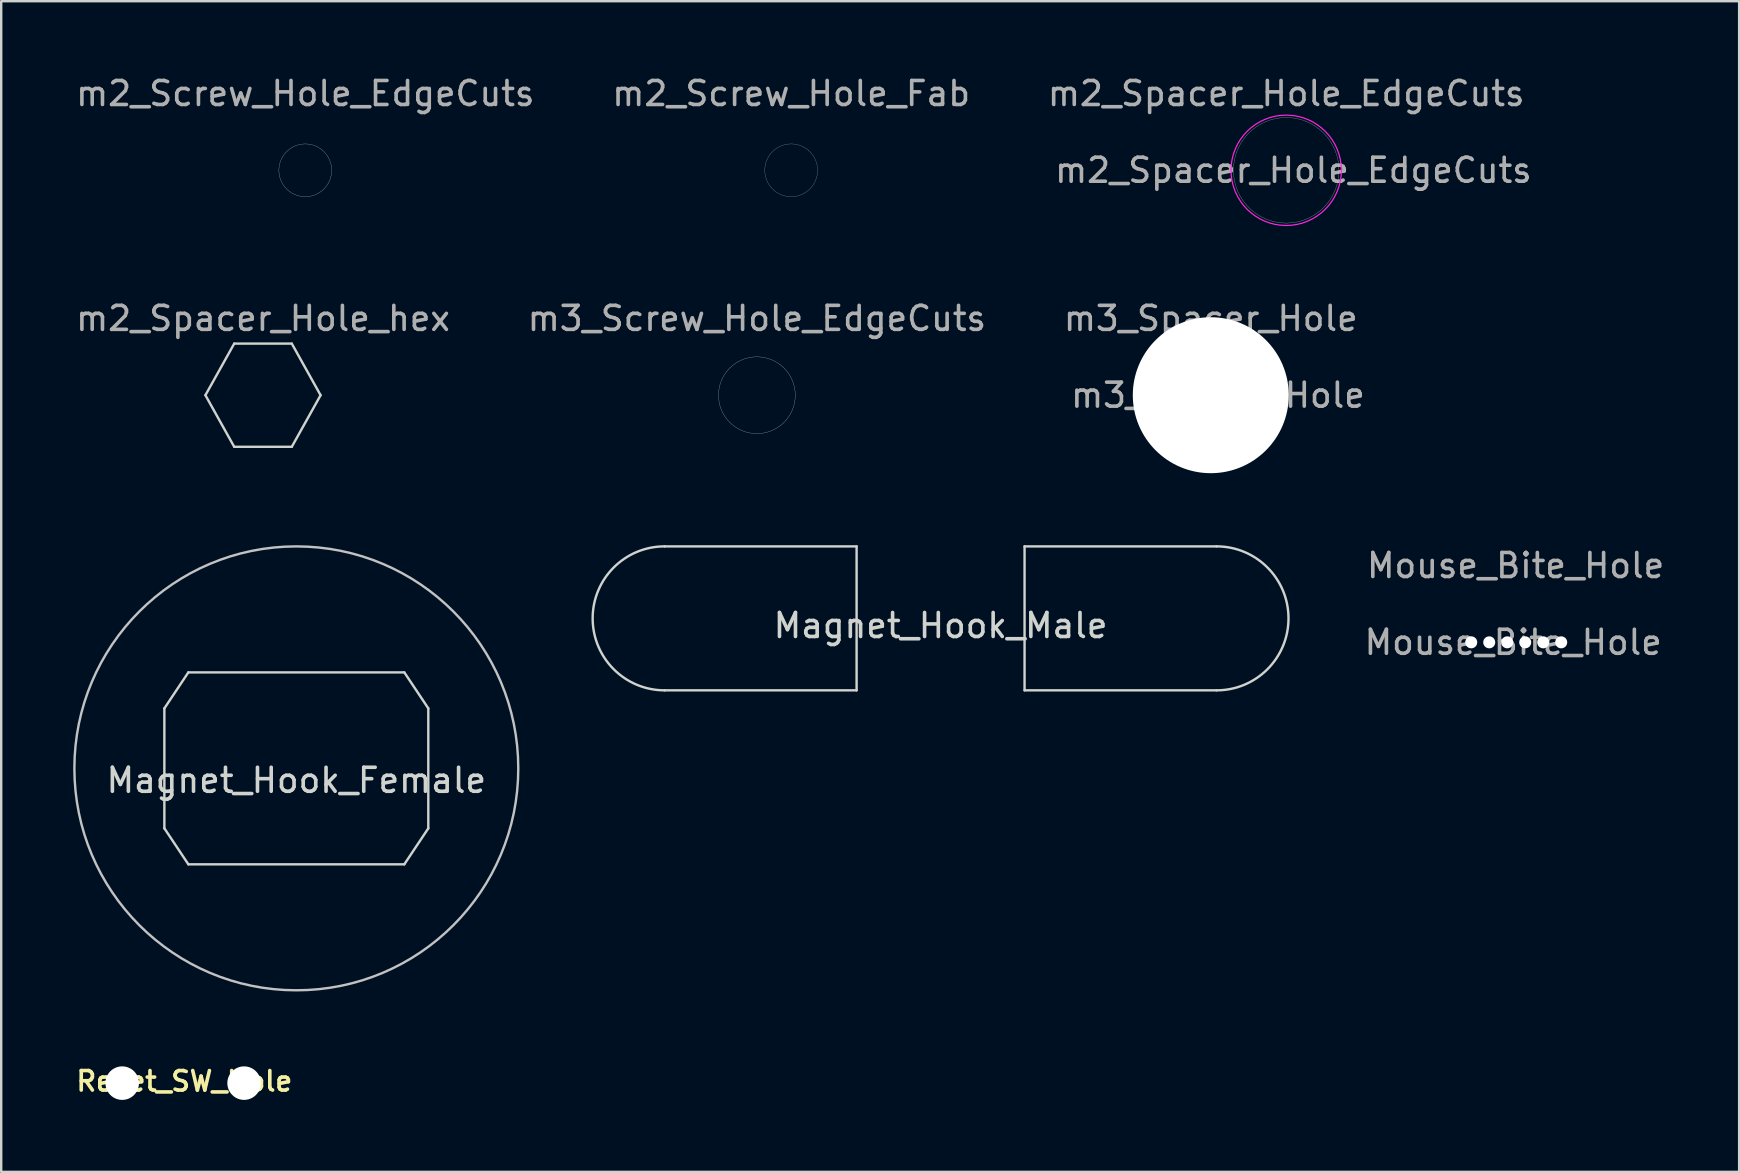
<source format=kicad_pcb>
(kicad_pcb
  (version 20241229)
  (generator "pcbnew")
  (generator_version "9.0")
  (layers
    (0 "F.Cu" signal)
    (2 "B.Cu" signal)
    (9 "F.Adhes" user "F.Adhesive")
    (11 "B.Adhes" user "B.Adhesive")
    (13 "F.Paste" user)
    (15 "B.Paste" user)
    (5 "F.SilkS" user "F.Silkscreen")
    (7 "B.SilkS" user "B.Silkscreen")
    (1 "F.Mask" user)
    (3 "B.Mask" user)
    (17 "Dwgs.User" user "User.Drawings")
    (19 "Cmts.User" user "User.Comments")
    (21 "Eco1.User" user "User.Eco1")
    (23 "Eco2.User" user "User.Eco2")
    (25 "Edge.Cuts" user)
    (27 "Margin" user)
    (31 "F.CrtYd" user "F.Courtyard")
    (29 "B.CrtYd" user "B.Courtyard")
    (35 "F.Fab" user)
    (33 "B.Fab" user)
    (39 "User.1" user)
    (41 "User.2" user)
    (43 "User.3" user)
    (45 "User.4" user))
  (footprint "m2_Screw_Hole_EdgeCuts"
    (layer "F.Cu")
    (at 9.673 4.048)
    (property "Reference" "m2_Screw_Hole_EdgeCuts" (at 0 -3.2 0) (layer "F.Fab") (effects (font (size 1 1) (thickness 0.15))))
    (attr exclude_from_pos_files exclude_from_bom)
    (fp_circle (center 0 0) (end 1.1 0) (stroke (width 0.01) (type solid)) (fill no) (layer "Edge.Cuts")))
  (footprint "Magnet_Hook_Male"
    (layer "F.Cu")
    (at 36.15 22.721)
    (property "Reference" "Magnet_Hook_Male" (at 0 0.3 0) (layer "Edge.Cuts") (effects (font (size 1 1) (thickness 0.15))))
    (attr through_hole)
    (fp_line (start -11.5 3) (end -3.5 3) (stroke (width 0.1) (type solid)) (layer "Edge.Cuts"))
    (fp_line (start -3.5 -3) (end -11.5 -3) (stroke (width 0.1) (type solid)) (layer "Edge.Cuts"))
    (fp_line (start -3.5 -3) (end -3.5 3) (stroke (width 0.1) (type solid)) (layer "Edge.Cuts"))
    (fp_line (start 3.5 3) (end 3.5 -3) (stroke (width 0.1) (type solid)) (layer "Edge.Cuts"))
    (fp_line (start 3.5 3) (end 11.5 3) (stroke (width 0.1) (type solid)) (layer "Edge.Cuts"))
    (fp_line (start 11.5 -3) (end 3.5 -3) (stroke (width 0.1) (type solid)) (layer "Edge.Cuts"))
    (fp_arc (start -11.5 3) (mid -14.5 0) (end -11.5 -3) (stroke (width 0.1) (type solid)) (layer "Edge.Cuts"))
    (fp_arc (start 11.5 -3) (mid 14.5 0) (end 11.5 3) (stroke (width 0.1) (type solid)) (layer "Edge.Cuts")))
  (footprint "m3_Screw_Hole_EdgeCuts"
    (layer "F.Cu")
    (at 28.494 13.421)
    (property "Reference" "m3_Screw_Hole_EdgeCuts" (at 0 -3.2 0) (layer "F.Fab") (effects (font (size 1 1) (thickness 0.15))))
    (attr exclude_from_pos_files exclude_from_bom)
    (fp_circle (center 0 0) (end 1.6 0) (stroke (width 0.01) (type solid)) (fill no) (layer "Edge.Cuts")))
  (footprint "Magnet_Hook_Female"
    (layer "F.Cu")
    (at 9.3 28.972)
    (property "Reference" "Magnet_Hook_Female" (at 0 0.5 0) (layer "Edge.Cuts") (effects (font (size 1 1) (thickness 0.15))))
    (attr through_hole)
    (fp_circle (center 0 0) (end 9.25 0) (stroke (width 0.1) (type solid)) (fill no) (layer "Dwgs.User"))
    (fp_line (start -5.5 -2.5) (end -4.5 -4) (stroke (width 0.1) (type solid)) (layer "Edge.Cuts"))
    (fp_line (start -5.5 2.5) (end -5.5 -2.5) (stroke (width 0.1) (type solid)) (layer "Edge.Cuts"))
    (fp_line (start -5.5 2.5) (end -4.5 4) (stroke (width 0.1) (type solid)) (layer "Edge.Cuts"))
    (fp_line (start -4.5 -4) (end 4.5 -4) (stroke (width 0.1) (type solid)) (layer "Edge.Cuts"))
    (fp_line (start 4.5 -4) (end 5.5 -2.5) (stroke (width 0.1) (type solid)) (layer "Edge.Cuts"))
    (fp_line (start 4.5 4) (end -4.5 4) (stroke (width 0.1) (type solid)) (layer "Edge.Cuts"))
    (fp_line (start 4.5 4) (end 5.5 2.5) (stroke (width 0.1) (type solid)) (layer "Edge.Cuts"))
    (fp_line (start 5.5 -2.5) (end 5.5 2.5) (stroke (width 0.1) (type solid)) (layer "Edge.Cuts")))
  (footprint "m3_Spacer_Hole"
    (layer "F.Cu")
    (at 47.411 13.421)
    (property "Reference" "m3_Spacer_Hole" (at 0 -3.2 0) (layer "F.Fab") (effects (font (size 1 1) (thickness 0.15))))
    (attr exclude_from_pos_files exclude_from_bom)
    (fp_circle (center 0 0) (end 2.2 0) (stroke (width 0.15) (type solid)) (fill no) (layer "Cmts.User"))
    (fp_circle (center 0 0) (end 2.3 0) (stroke (width 0.05) (type solid)) (fill no) (layer "F.CrtYd"))
    (fp_text user "${REFERENCE}" (at 0.3 0 0) (layer "F.Fab") (effects (font (size 1 1) (thickness 0.15))))
    (pad "" np_thru_hole circle (at 0 0) (size 6.5 6.5) (drill 6.5) (layers "*.Cu" "*.Mask")))
  (footprint "m2_Spacer_Hole_EdgeCuts"
    (layer "F.Cu")
    (at 50.554 4.048)
    (property "Reference" "m2_Spacer_Hole_EdgeCuts" (at 0 -3.2 0) (layer "F.Fab") (effects (font (size 1 1) (thickness 0.15))))
    (attr exclude_from_pos_files exclude_from_bom)
    (fp_circle (center 0 0) (end 2.2 0) (stroke (width 0.01) (type solid)) (fill no) (layer "Edge.Cuts"))
    (fp_circle (center 0 0) (end 2.3 0) (stroke (width 0.05) (type solid)) (fill no) (layer "F.CrtYd"))
    (fp_text user "${REFERENCE}" (at 0.3 0 0) (layer "F.Fab") (effects (font (size 1 1) (thickness 0.15)))))
  (footprint "m2_Spacer_Hole_hex"
    (layer "F.Cu")
    (at 7.911 13.421)
    (property "Reference" "m2_Spacer_Hole_hex" (at 0 -3.2 0) (layer "F.Fab") (effects (font (size 1 1) (thickness 0.15))))
    (attr exclude_from_pos_files exclude_from_bom)
    (fp_line (start -2.4 0) (end -1.2 2.15) (stroke (width 0.1) (type solid)) (layer "Edge.Cuts"))
    (fp_line (start -1.2 -2.15) (end -2.4 0) (stroke (width 0.1) (type solid)) (layer "Edge.Cuts"))
    (fp_line (start -1.2 2.15) (end 1.2 2.15) (stroke (width 0.1) (type solid)) (layer "Edge.Cuts"))
    (fp_line (start 1.2 -2.15) (end -1.2 -2.15) (stroke (width 0.1) (type solid)) (layer "Edge.Cuts"))
    (fp_line (start 1.2 2.15) (end 2.4 0) (stroke (width 0.1) (type solid)) (layer "Edge.Cuts"))
    (fp_line (start 2.4 0) (end 1.2 -2.15) (stroke (width 0.1) (type solid)) (layer "Edge.Cuts")))
  (footprint "Mouse_Bite_Hole"
    (layer "F.Cu")
    (at 60.116 23.72)
    (property "Reference" "Mouse_Bite_Hole" (at 0 -3.2 0) (layer "F.Fab") (effects (font (size 1 1) (thickness 0.15))))
    (attr exclude_from_pos_files exclude_from_bom)
    (fp_text user "${REFERENCE}" (at -0.1 0 0) (layer "F.Fab") (effects (font (size 1 1) (thickness 0.15))))
    (pad "" np_thru_hole circle (at -1.85 0) (size 0.5 0.5) (drill 0.5) (layers "*.Cu" "*.Mask"))
    (pad "" np_thru_hole circle (at -1.1 0) (size 0.5 0.5) (drill 0.5) (layers "*.Cu" "*.Mask"))
    (pad "" np_thru_hole circle (at -0.35 0) (size 0.5 0.5) (drill 0.5) (layers "*.Cu" "*.Mask"))
    (pad "" np_thru_hole circle (at 0.4 0) (size 0.5 0.5) (drill 0.5) (layers "*.Cu" "*.Mask"))
    (pad "" np_thru_hole circle (at 1.15 0) (size 0.5 0.5) (drill 0.5) (layers "*.Cu" "*.Mask"))
    (pad "" np_thru_hole circle (at 1.9 0) (size 0.5 0.5) (drill 0.5) (layers "*.Cu" "*.Mask")))
  (footprint "Reset_SW_Hole"
    (layer "F.Cu")
    (at 4.583 42.091)
    (property "Reference" "Reset_SW_Hole" (at 0.05 -0.08 0) (layer "F.SilkS") (effects (font (size 0.813 0.813) (thickness 0.15))))
    (attr through_hole)
    (pad "" np_thru_hole circle (at -2.54 0) (size 1.397 1.397) (drill 1.397) (layers "*.Cu" "*.Mask"))
    (pad "" np_thru_hole circle (at 2.54 0) (size 1.397 1.397) (drill 1.397) (layers "*.Cu" "*.Mask")))
  (footprint "m2_Screw_Hole_Fab"
    (layer "F.Cu")
    (at 29.923 4.048)
    (property "Reference" "m2_Screw_Hole_Fab" (at 0 -3.2 0) (layer "F.Fab") (effects (font (size 1 1) (thickness 0.15))))
    (attr exclude_from_pos_files exclude_from_bom)
    (fp_circle (center 0 0) (end 1.1 0) (stroke (width 0.01) (type solid)) (fill no) (layer "F.Fab")))
  (gr_rect
    (start -3 -3)
    (end 69.431 45.789)
    (stroke (width 0.1) (type default))
    (fill no)
    (layer "Edge.Cuts")))
</source>
